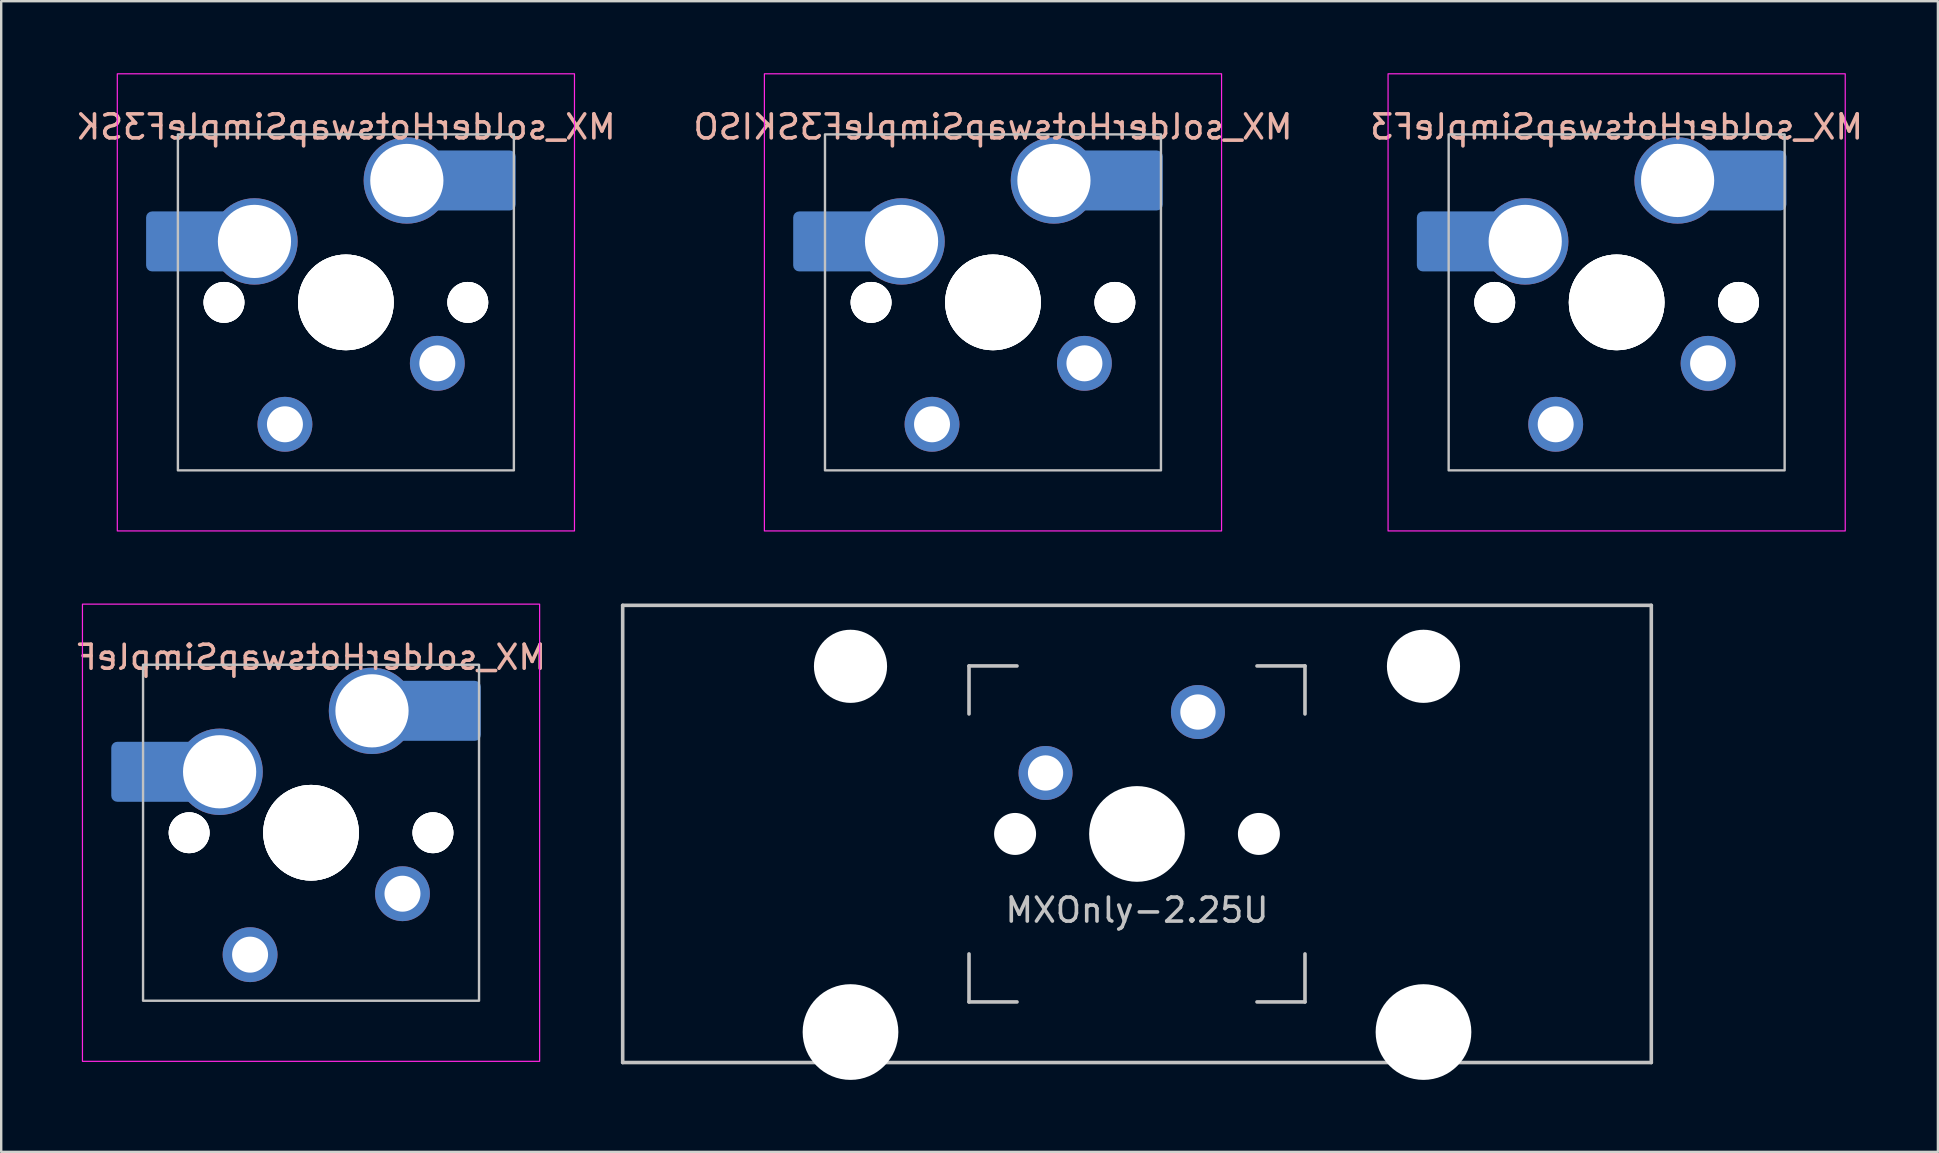
<source format=kicad_pcb>
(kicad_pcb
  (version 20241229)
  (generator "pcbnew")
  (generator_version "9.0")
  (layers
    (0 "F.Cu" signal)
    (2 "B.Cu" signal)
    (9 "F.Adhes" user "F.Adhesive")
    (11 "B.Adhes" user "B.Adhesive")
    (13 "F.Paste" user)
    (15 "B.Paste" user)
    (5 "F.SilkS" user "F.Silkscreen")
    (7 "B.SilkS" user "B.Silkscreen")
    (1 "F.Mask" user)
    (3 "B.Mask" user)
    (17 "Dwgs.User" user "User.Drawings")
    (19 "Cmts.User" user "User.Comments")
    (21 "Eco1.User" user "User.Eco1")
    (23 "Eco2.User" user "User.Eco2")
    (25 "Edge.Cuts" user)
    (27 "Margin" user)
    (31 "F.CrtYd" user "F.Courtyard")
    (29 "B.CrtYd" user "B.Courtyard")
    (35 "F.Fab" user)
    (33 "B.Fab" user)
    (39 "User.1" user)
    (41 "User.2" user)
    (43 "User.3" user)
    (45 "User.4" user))
  (footprint "MX_solderHotswapSimpleF3SK"
    (layer "F.Cu")
    (at 11.363 9.55)
    (property "Reference" "MX_solderHotswapSimpleF3SK" (at 0 -7.31 0) (layer "B.SilkS") (effects (font (size 1 1) (thickness 0.15)) (justify mirror)))
    (attr smd)
    (fp_rect (start -7 7) (end 7 -7) (stroke (width 0.1) (type default)) (fill no) (layer "Dwgs.User"))
    (fp_rect (start -9.525 9.525) (end 9.525 -9.525) (stroke (width 0.05) (type solid)) (fill no) (layer "F.CrtYd"))
    (pad "" np_thru_hole circle (at -5.08 0 180) (size 1.702 1.702) (drill 1.702) (layers "*.Cu" "*.Mask"))
    (pad "" np_thru_hole circle (at -5.08 0) (size 1.702 1.702) (drill 1.702) (layers "*.Cu" "*.Mask"))
    (pad "" np_thru_hole circle (at -5.08 0) (size 1.702 1.702) (drill 1.702) (layers "*.Cu" "*.Mask"))
    (pad "" np_thru_hole circle (at 0 0) (size 3.988 3.988) (drill 3.988) (layers "*.Cu" "*.Mask"))
    (pad "" np_thru_hole circle (at 0 0 180) (size 3.988 3.988) (drill 3.988) (layers "*.Cu" "*.Mask"))
    (pad "" np_thru_hole circle (at 0 0) (size 3.988 3.988) (drill 3.988) (layers "*.Cu" "*.Mask"))
    (pad "" np_thru_hole circle (at 5.08 0) (size 1.702 1.702) (drill 1.702) (layers "*.Cu" "*.Mask"))
    (pad "" np_thru_hole circle (at 5.08 0) (size 1.702 1.702) (drill 1.702) (layers "*.Cu" "*.Mask"))
    (pad "" np_thru_hole circle (at 5.08 0 180) (size 1.702 1.702) (drill 1.702) (layers "*.Cu" "*.Mask"))
    (pad "1" thru_hole circle (at 2.54 -5.08) (size 3.6 3.6) (drill 3.05) (layers "*.Cu" "*.Mask"))
    (pad "1" thru_hole circle (at 3.81 2.54 180) (size 2.286 2.286) (drill 1.499) (layers "*.Cu" "*.Mask"))
    (pad "1" smd roundrect (at 5.3 -5.08) (size 3.55 2.5) (layers "B.Cu" "B.Mask" "B.Paste") (roundrect_rratio 0.1))
    (pad "2" smd roundrect (at -6.55 -2.54) (size 3.55 2.5) (layers "B.Cu" "B.Mask" "B.Paste") (roundrect_rratio 0.1))
    (pad "2" thru_hole circle (at -3.81 -2.54) (size 3.6 3.6) (drill 3.05) (layers "*.Cu" "*.Mask"))
    (pad "2" thru_hole circle (at -2.54 5.08 180) (size 2.286 2.286) (drill 1.499) (layers "*.Cu" "*.Mask")))
  (footprint "MX_solderHotswapSimpleF3"
    (layer "F.Cu")
    (at 64.315 9.55)
    (property "Reference" "MX_solderHotswapSimpleF3" (at 0 -7.31 0) (layer "B.SilkS") (effects (font (size 1 1) (thickness 0.15)) (justify mirror)))
    (attr smd)
    (fp_rect (start -7 7) (end 7 -7) (stroke (width 0.1) (type default)) (fill no) (layer "Dwgs.User"))
    (fp_rect (start -9.525 9.525) (end 9.525 -9.525) (stroke (width 0.05) (type solid)) (fill no) (layer "F.CrtYd"))
    (pad "" np_thru_hole circle (at -5.08 0) (size 1.702 1.702) (drill 1.702) (layers "*.Cu" "*.Mask"))
    (pad "" np_thru_hole circle (at -5.08 0) (size 1.702 1.702) (drill 1.702) (layers "*.Cu" "*.Mask"))
    (pad "" np_thru_hole circle (at -5.08 0 180) (size 1.702 1.702) (drill 1.702) (layers "*.Cu" "*.Mask"))
    (pad "" np_thru_hole circle (at 0 0) (size 3.988 3.988) (drill 3.988) (layers "*.Cu" "*.Mask"))
    (pad "" np_thru_hole circle (at 0 0 180) (size 3.988 3.988) (drill 3.988) (layers "*.Cu" "*.Mask"))
    (pad "" np_thru_hole circle (at 0 0) (size 3.988 3.988) (drill 3.988) (layers "*.Cu" "*.Mask"))
    (pad "" np_thru_hole circle (at 5.08 0) (size 1.702 1.702) (drill 1.702) (layers "*.Cu" "*.Mask"))
    (pad "" np_thru_hole circle (at 5.08 0 180) (size 1.702 1.702) (drill 1.702) (layers "*.Cu" "*.Mask"))
    (pad "" np_thru_hole circle (at 5.08 0) (size 1.702 1.702) (drill 1.702) (layers "*.Cu" "*.Mask"))
    (pad "1" thru_hole circle (at 2.54 -5.08) (size 3.6 3.6) (drill 3.05) (layers "*.Cu" "*.Mask"))
    (pad "1" thru_hole circle (at 3.81 2.54 180) (size 2.286 2.286) (drill 1.499) (layers "*.Cu" "*.Mask"))
    (pad "1" smd roundrect (at 5.3 -5.08) (size 3.55 2.5) (layers "B.Cu" "B.Mask" "B.Paste") (roundrect_rratio 0.1))
    (pad "2" smd roundrect (at -6.55 -2.54) (size 3.55 2.5) (layers "B.Cu" "B.Mask" "B.Paste") (roundrect_rratio 0.1))
    (pad "2" thru_hole circle (at -3.81 -2.54) (size 3.6 3.6) (drill 3.05) (layers "*.Cu" "*.Mask"))
    (pad "2" thru_hole circle (at -2.54 5.08 180) (size 2.286 2.286) (drill 1.499) (layers "*.Cu" "*.Mask")))
  (footprint "MX_solderHotswapSimpleF"
    (layer "F.Cu")
    (at 9.911 31.65)
    (property "Reference" "MX_solderHotswapSimpleF" (at 0 -7.31 0) (layer "B.SilkS") (effects (font (size 1 1) (thickness 0.15)) (justify mirror)))
    (attr smd)
    (fp_rect (start -7 7) (end 7 -7) (stroke (width 0.1) (type default)) (fill no) (layer "Dwgs.User"))
    (fp_rect (start -9.525 9.525) (end 9.525 -9.525) (stroke (width 0.05) (type solid)) (fill no) (layer "F.CrtYd"))
    (pad "" np_thru_hole circle (at -5.08 0) (size 1.702 1.702) (drill 1.702) (layers "*.Cu" "*.Mask"))
    (pad "" np_thru_hole circle (at -5.08 0) (size 1.702 1.702) (drill 1.702) (layers "*.Cu" "*.Mask"))
    (pad "" np_thru_hole circle (at -5.08 0 180) (size 1.702 1.702) (drill 1.702) (layers "*.Cu" "*.Mask"))
    (pad "" np_thru_hole circle (at 0 0) (size 3.988 3.988) (drill 3.988) (layers "*.Cu" "*.Mask"))
    (pad "" np_thru_hole circle (at 0 0) (size 3.988 3.988) (drill 3.988) (layers "*.Cu" "*.Mask"))
    (pad "" np_thru_hole circle (at 0 0 180) (size 3.988 3.988) (drill 3.988) (layers "*.Cu" "*.Mask"))
    (pad "" np_thru_hole circle (at 5.08 0) (size 1.702 1.702) (drill 1.702) (layers "*.Cu" "*.Mask"))
    (pad "" np_thru_hole circle (at 5.08 0) (size 1.702 1.702) (drill 1.702) (layers "*.Cu" "*.Mask"))
    (pad "" np_thru_hole circle (at 5.08 0 180) (size 1.702 1.702) (drill 1.702) (layers "*.Cu" "*.Mask"))
    (pad "1" thru_hole circle (at 2.54 -5.08) (size 3.6 3.6) (drill 3.05) (layers "*.Cu" "*.Mask"))
    (pad "1" thru_hole circle (at 3.81 2.54 180) (size 2.286 2.286) (drill 1.499) (layers "*.Cu" "*.Mask"))
    (pad "1" smd roundrect (at 5.3 -5.08) (size 3.55 2.5) (layers "B.Cu" "B.Mask" "B.Paste") (roundrect_rratio 0.1))
    (pad "2" smd roundrect (at -6.55 -2.54) (size 3.55 2.5) (layers "B.Cu" "B.Mask" "B.Paste") (roundrect_rratio 0.1))
    (pad "2" thru_hole circle (at -3.81 -2.54) (size 3.6 3.6) (drill 3.05) (layers "*.Cu" "*.Mask"))
    (pad "2" thru_hole circle (at -2.54 5.08 180) (size 2.286 2.286) (drill 1.499) (layers "*.Cu" "*.Mask")))
  (footprint "MXOnly-2.25U"
    (layer "F.Cu")
    (at 44.328 31.7)
    (property "Reference" "MXOnly-2.25U" (at 0 3.175 0) (layer "Dwgs.User") (effects (font (size 1 1) (thickness 0.15))))
    (attr through_hole)
    (fp_line (start -21.431 -9.525) (end 21.431 -9.525) (stroke (width 0.15) (type solid)) (layer "Dwgs.User"))
    (fp_line (start -21.431 9.525) (end -21.431 -9.525) (stroke (width 0.15) (type solid)) (layer "Dwgs.User"))
    (fp_line (start -21.431 9.525) (end 21.431 9.525) (stroke (width 0.15) (type solid)) (layer "Dwgs.User"))
    (fp_line (start -7 -7) (end -7 -5) (stroke (width 0.15) (type solid)) (layer "Dwgs.User"))
    (fp_line (start -7 5) (end -7 7) (stroke (width 0.15) (type solid)) (layer "Dwgs.User"))
    (fp_line (start -7 7) (end -5 7) (stroke (width 0.15) (type solid)) (layer "Dwgs.User"))
    (fp_line (start -5 -7) (end -7 -7) (stroke (width 0.15) (type solid)) (layer "Dwgs.User"))
    (fp_line (start 5 -7) (end 7 -7) (stroke (width 0.15) (type solid)) (layer "Dwgs.User"))
    (fp_line (start 5 7) (end 7 7) (stroke (width 0.15) (type solid)) (layer "Dwgs.User"))
    (fp_line (start 7 -7) (end 7 -5) (stroke (width 0.15) (type solid)) (layer "Dwgs.User"))
    (fp_line (start 7 7) (end 7 5) (stroke (width 0.15) (type solid)) (layer "Dwgs.User"))
    (fp_line (start 21.431 -9.525) (end 21.431 9.525) (stroke (width 0.15) (type solid)) (layer "Dwgs.User"))
    (pad "" np_thru_hole circle (at -11.938 -6.985) (size 3.048 3.048) (drill 3.048) (layers "*.Cu" "*.Mask"))
    (pad "" np_thru_hole circle (at -11.938 8.255) (size 3.988 3.988) (drill 3.988) (layers "*.Cu" "*.Mask"))
    (pad "" np_thru_hole circle (at -5.08 0 48.1) (size 1.75 1.75) (drill 1.75) (layers "*.Cu" "*.Mask"))
    (pad "" np_thru_hole circle (at 0 0) (size 3.988 3.988) (drill 3.988) (layers "*.Cu" "*.Mask"))
    (pad "" np_thru_hole circle (at 5.08 0 48.1) (size 1.75 1.75) (drill 1.75) (layers "*.Cu" "*.Mask"))
    (pad "" np_thru_hole circle (at 11.938 -6.985) (size 3.048 3.048) (drill 3.048) (layers "*.Cu" "*.Mask"))
    (pad "" np_thru_hole circle (at 11.938 8.255) (size 3.988 3.988) (drill 3.988) (layers "*.Cu" "*.Mask"))
    (pad "1" thru_hole circle (at -3.81 -2.54) (size 2.25 2.25) (drill 1.47) (layers "*.Cu" "B.Mask"))
    (pad "2" thru_hole circle (at 2.54 -5.08) (size 2.25 2.25) (drill 1.47) (layers "*.Cu" "B.Mask")))
  (footprint "MX_solderHotswapSimpleF3SKISO"
    (layer "F.Cu")
    (at 38.327 9.55)
    (property "Reference" "MX_solderHotswapSimpleF3SKISO" (at 0 -7.31 0) (layer "B.SilkS") (effects (font (size 1 1) (thickness 0.15)) (justify mirror)))
    (attr smd)
    (fp_rect (start -7 7) (end 7 -7) (stroke (width 0.1) (type default)) (fill no) (layer "Dwgs.User"))
    (fp_rect (start -9.525 9.525) (end 9.525 -9.525) (stroke (width 0.05) (type solid)) (fill no) (layer "F.CrtYd"))
    (pad "" np_thru_hole circle (at -5.08 0) (size 1.702 1.702) (drill 1.702) (layers "*.Cu" "*.Mask"))
    (pad "" np_thru_hole circle (at -5.08 0 180) (size 1.702 1.702) (drill 1.702) (layers "*.Cu" "*.Mask"))
    (pad "" np_thru_hole circle (at -5.08 0) (size 1.702 1.702) (drill 1.702) (layers "*.Cu" "*.Mask"))
    (pad "" np_thru_hole circle (at 0 0) (size 3.988 3.988) (drill 3.988) (layers "*.Cu" "*.Mask"))
    (pad "" np_thru_hole circle (at 0 0) (size 3.988 3.988) (drill 3.988) (layers "*.Cu" "*.Mask"))
    (pad "" np_thru_hole circle (at 0 0 180) (size 3.988 3.988) (drill 3.988) (layers "*.Cu" "*.Mask"))
    (pad "" np_thru_hole circle (at 5.08 0) (size 1.702 1.702) (drill 1.702) (layers "*.Cu" "*.Mask"))
    (pad "" np_thru_hole circle (at 5.08 0 180) (size 1.702 1.702) (drill 1.702) (layers "*.Cu" "*.Mask"))
    (pad "" np_thru_hole circle (at 5.08 0) (size 1.702 1.702) (drill 1.702) (layers "*.Cu" "*.Mask"))
    (pad "1" thru_hole circle (at 2.54 -5.08) (size 3.6 3.6) (drill 3.05) (layers "*.Cu" "*.Mask"))
    (pad "1" thru_hole circle (at 3.81 2.54 180) (size 2.286 2.286) (drill 1.499) (layers "*.Cu" "*.Mask"))
    (pad "1" smd roundrect (at 5.3 -5.08) (size 3.55 2.5) (layers "B.Cu" "B.Mask" "B.Paste") (roundrect_rratio 0.1))
    (pad "2" smd roundrect (at -6.55 -2.54) (size 3.55 2.5) (layers "B.Cu" "B.Mask" "B.Paste") (roundrect_rratio 0.1))
    (pad "2" thru_hole circle (at -3.81 -2.54) (size 3.6 3.6) (drill 3.05) (layers "*.Cu" "*.Mask"))
    (pad "2" thru_hole circle (at -2.54 5.08 180) (size 2.286 2.286) (drill 1.499) (layers "*.Cu" "*.Mask")))
  (gr_rect
    (start -3 -3)
    (end 77.702 44.949)
    (stroke (width 0.1) (type default))
    (fill no)
    (layer "Edge.Cuts")))
</source>
